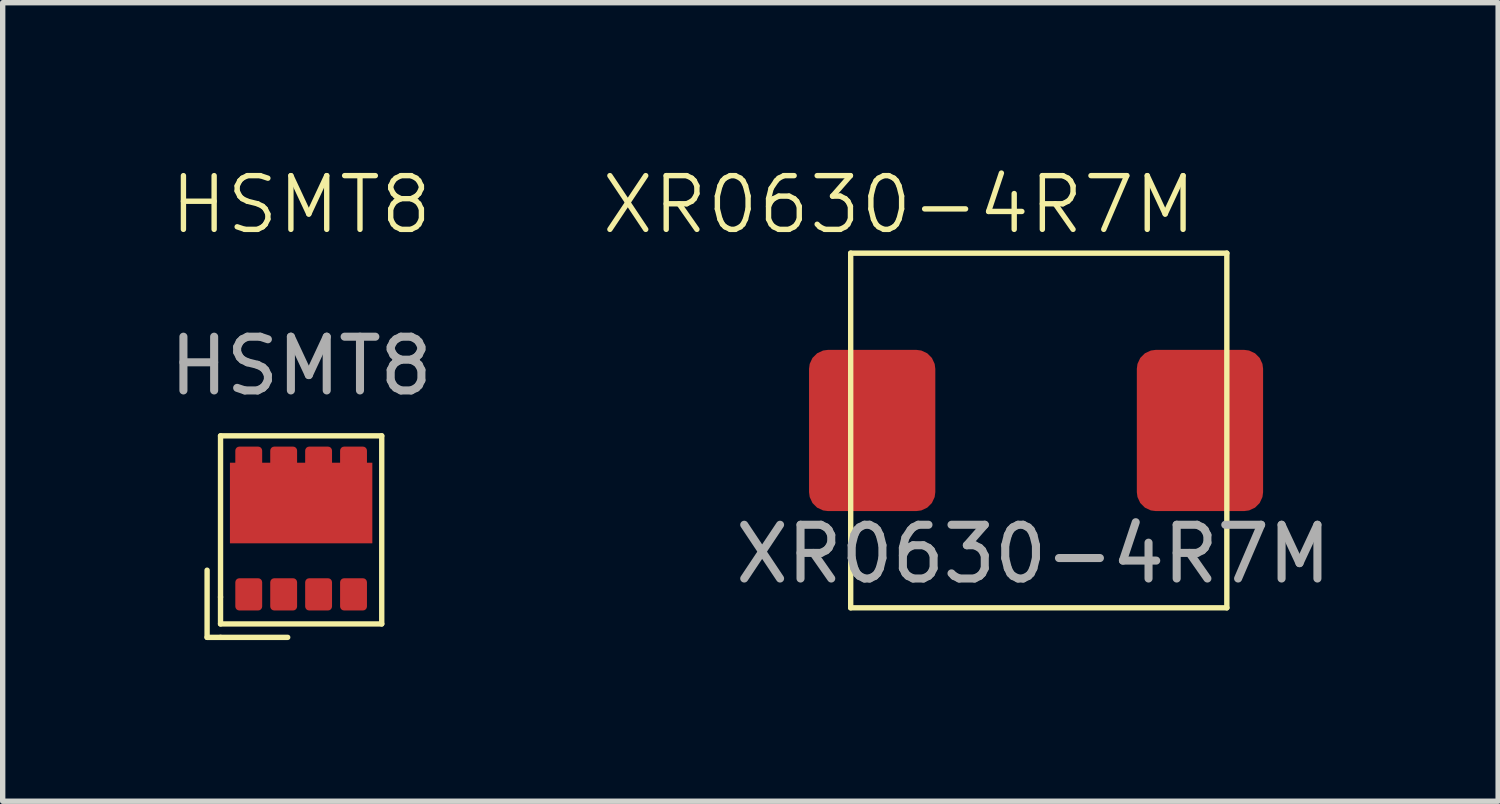
<source format=kicad_pcb>
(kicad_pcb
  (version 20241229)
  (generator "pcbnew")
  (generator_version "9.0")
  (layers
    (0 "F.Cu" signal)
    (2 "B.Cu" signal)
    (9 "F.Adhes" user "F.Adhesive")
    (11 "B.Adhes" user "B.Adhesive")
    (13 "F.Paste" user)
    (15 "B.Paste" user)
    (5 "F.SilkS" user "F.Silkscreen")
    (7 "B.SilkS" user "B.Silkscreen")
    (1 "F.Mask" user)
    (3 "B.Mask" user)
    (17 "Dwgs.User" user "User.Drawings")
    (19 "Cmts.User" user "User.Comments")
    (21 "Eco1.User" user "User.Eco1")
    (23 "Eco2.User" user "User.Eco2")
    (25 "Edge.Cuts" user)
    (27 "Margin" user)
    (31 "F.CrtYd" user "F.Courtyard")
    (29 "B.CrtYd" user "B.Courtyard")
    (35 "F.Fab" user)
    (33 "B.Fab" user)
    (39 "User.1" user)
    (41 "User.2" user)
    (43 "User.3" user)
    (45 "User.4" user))
  (footprint "XR0630-4R7M"
    (layer "F.Cu")
    (at 16.181 4.761)
    (property "Reference" "XR0630-4R7M" (at -2.5 -4 0) (unlocked yes) (layer "F.SilkS") (effects (font (size 1 1) (thickness 0.1))))
    (attr smd)
    (fp_line (start -3.4 -3.1) (end -3.4 3.5) (stroke (width 0.1) (type default)) (layer "F.SilkS"))
    (fp_line (start -3.4 -3.1) (end 3.6 -3.1) (stroke (width 0.1) (type default)) (layer "F.SilkS"))
    (fp_line (start 3.6 -3.1) (end 3.6 3.5) (stroke (width 0.1) (type default)) (layer "F.SilkS"))
    (fp_line (start 3.6 3.5) (end -3.4 3.5) (stroke (width 0.1) (type default)) (layer "F.SilkS"))
    (fp_text user "${REFERENCE}" (at 0 2.5 0) (unlocked yes) (layer "F.Fab") (effects (font (size 1 1) (thickness 0.15))))
    (pad "1" smd roundrect (at -3 0.2) (size 2.35 3) (layers "F.Cu" "F.Mask" "F.Paste") (roundrect_rratio 0.15))
    (pad "2" smd roundrect (at 3.1 0.2) (size 2.35 3) (layers "F.Cu" "F.Mask" "F.Paste") (roundrect_rratio 0.15)))
  (footprint "HSMT8"
    (layer "F.Cu")
    (at 2.554 4.261)
    (property "Reference" "HSMT8" (at 0 -3.5 0) (unlocked yes) (layer "F.SilkS") (effects (font (size 1 1) (thickness 0.1))))
    (attr smd)
    (fp_line (start -1.75 4.55) (end -1.75 3.3) (stroke (width 0.1) (type default)) (layer "F.SilkS"))
    (fp_line (start -1.5 0.8) (end -1.5 3.8) (stroke (width 0.1) (type default)) (layer "F.SilkS"))
    (fp_line (start -1.5 3.8) (end -1.5 4.3) (stroke (width 0.1) (type default)) (layer "F.SilkS"))
    (fp_line (start -1.5 4.3) (end 1.5 4.3) (stroke (width 0.1) (type default)) (layer "F.SilkS"))
    (fp_line (start -1.5 4.55) (end -1.75 4.55) (stroke (width 0.1) (type default)) (layer "F.SilkS"))
    (fp_line (start -1.5 4.55) (end -0.25 4.55) (stroke (width 0.1) (type default)) (layer "F.SilkS"))
    (fp_line (start 1.5 0.8) (end -1.5 0.8) (stroke (width 0.1) (type default)) (layer "F.SilkS"))
    (fp_line (start 1.5 4.3) (end 1.5 0.8) (stroke (width 0.1) (type default)) (layer "F.SilkS"))
    (fp_text user "${REFERENCE}" (at 0 -0.5 0) (unlocked yes) (layer "F.Fab") (effects (font (size 1 1) (thickness 0.15))))
    (pad "1" smd roundrect (at -0.975 3.75 90) (size 0.6 0.5) (layers "F.Cu" "F.Mask" "F.Paste") (roundrect_rratio 0.15))
    (pad "2" smd roundrect (at -0.325 3.75 90) (size 0.6 0.5) (layers "F.Cu" "F.Mask" "F.Paste") (roundrect_rratio 0.15))
    (pad "3" smd roundrect (at 0.325 3.75 90) (size 0.6 0.5) (layers "F.Cu" "F.Mask" "F.Paste") (roundrect_rratio 0.15))
    (pad "4" smd roundrect (at 0.975 3.75 90) (size 0.6 0.5) (layers "F.Cu" "F.Mask" "F.Paste") (roundrect_rratio 0.15))
    (pad "5" smd rect (at 0 2.05 90) (size 1.5 2.65) (layers "F.Cu" "F.Mask" "F.Paste"))
    (pad "5" smd roundrect (at 0.975 1.3 90) (size 0.6 0.5) (layers "F.Cu" "F.Mask" "F.Paste") (roundrect_rratio 0.15))
    (pad "6" smd roundrect (at 0.325 1.3 90) (size 0.6 0.5) (layers "F.Cu" "F.Mask" "F.Paste") (roundrect_rratio 0.15))
    (pad "7" smd roundrect (at -0.325 1.3 90) (size 0.6 0.5) (layers "F.Cu" "F.Mask" "F.Paste") (roundrect_rratio 0.15))
    (pad "8" smd roundrect (at -0.975 1.3 90) (size 0.6 0.5) (layers "F.Cu" "F.Mask" "F.Paste") (roundrect_rratio 0.15)))
  (gr_rect
    (start -3 -3)
    (end 24.83 11.861)
    (stroke (width 0.1) (type default))
    (fill no)
    (layer "Edge.Cuts")))
</source>
